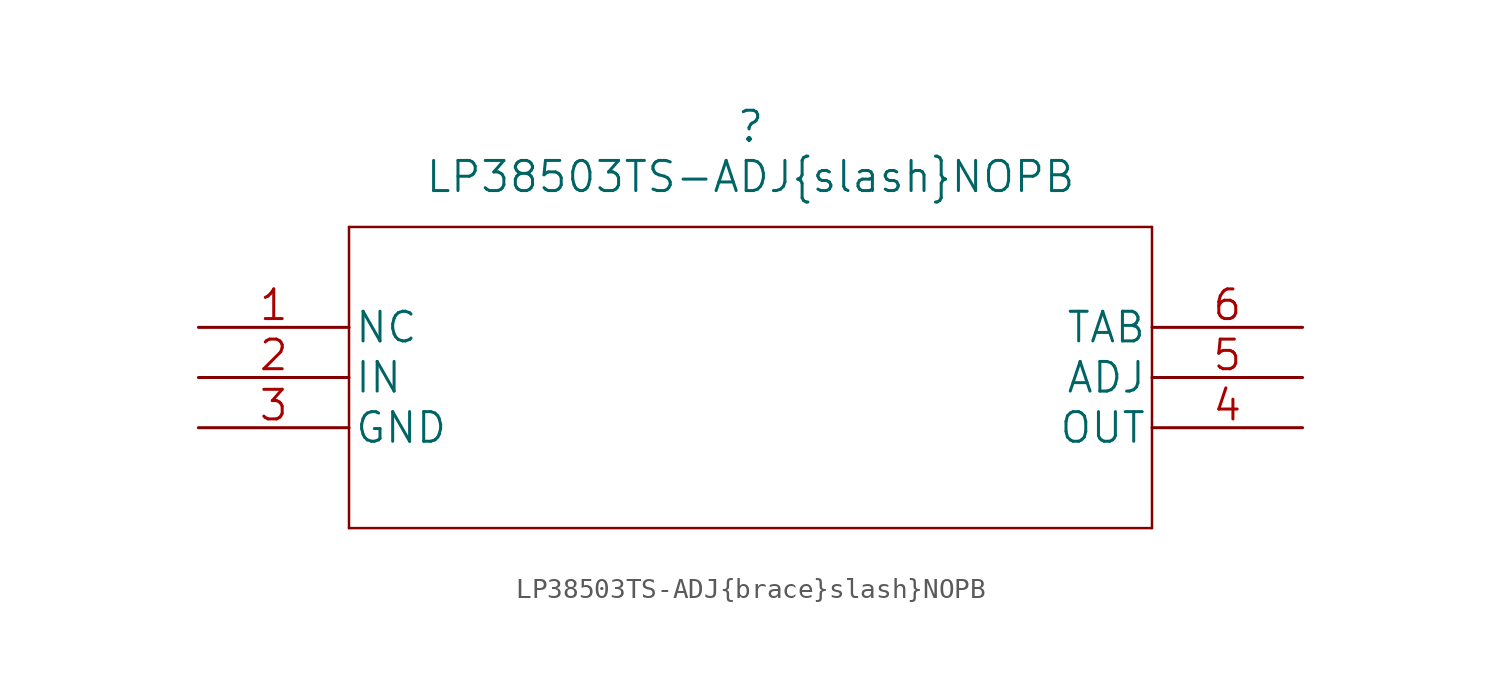
<source format=kicad_sym>
(kicad_symbol_lib
  (version 20211014)
  (generator kicad_symbol_editor)
  (symbol "LP38503TS-ADJ{brace}slash}NOPB"
    (pin_names
      (offset 0.254))
    (property "Reference" ""
      (at 27.94 10.16 0)
      (effects (font (size 1.524 1.524))))
    (property "Value" "LP38503TS-ADJ{brace}slash}NOPB"
      (at 27.94 7.62 0)
      (effects (font (size 1.524 1.524))))
    (property "Datasheet" ""
      (at 0 0 0)
      (effects (font (size 1.524 1.524))))
    (property "ki_locked" ""
      (at 0 0 0)
      (effects (font (size 1.27 1.27))))
    (symbol "LP38503TS-ADJ{brace}slash}NOPB_1_1"
      (polyline (pts (xy 7.62 -10.16) (xy 48.26 -10.16)) (stroke (width 0.127) (type default) (color 0 0 0 0)) (fill (type none)))
      (polyline (pts (xy 7.62 5.08) (xy 7.62 -10.16)) (stroke (width 0.127) (type default) (color 0 0 0 0)) (fill (type none)))
      (polyline (pts (xy 48.26 -10.16) (xy 48.26 5.08)) (stroke (width 0.127) (type default) (color 0 0 0 0)) (fill (type none)))
      (polyline (pts (xy 48.26 5.08) (xy 7.62 5.08)) (stroke (width 0.127) (type default) (color 0 0 0 0)) (fill (type none)))
      (pin passive line (at 0 0 0) (length 7.62) (name "NC" (effects (font (size 1.499 1.499)))) (number "1" (effects (font (size 1.499 1.499)))))
      (pin power_in line (at 0 -2.54 0) (length 7.62) (name "IN" (effects (font (size 1.499 1.499)))) (number "2" (effects (font (size 1.499 1.499)))))
      (pin power_in line (at 0 -5.08 0) (length 7.62) (name "GND" (effects (font (size 1.499 1.499)))) (number "3" (effects (font (size 1.499 1.499)))))
      (pin power_in line (at 55.88 -5.08 180) (length 7.62) (name "OUT" (effects (font (size 1.499 1.499)))) (number "4" (effects (font (size 1.499 1.499)))))
      (pin input line (at 55.88 -2.54 180) (length 7.62) (name "ADJ" (effects (font (size 1.499 1.499)))) (number "5" (effects (font (size 1.499 1.499)))))
      (pin power_in line (at 55.88 0 180) (length 7.62) (name "TAB" (effects (font (size 1.499 1.499)))) (number "6" (effects (font (size 1.499 1.499))))))))
</source>
